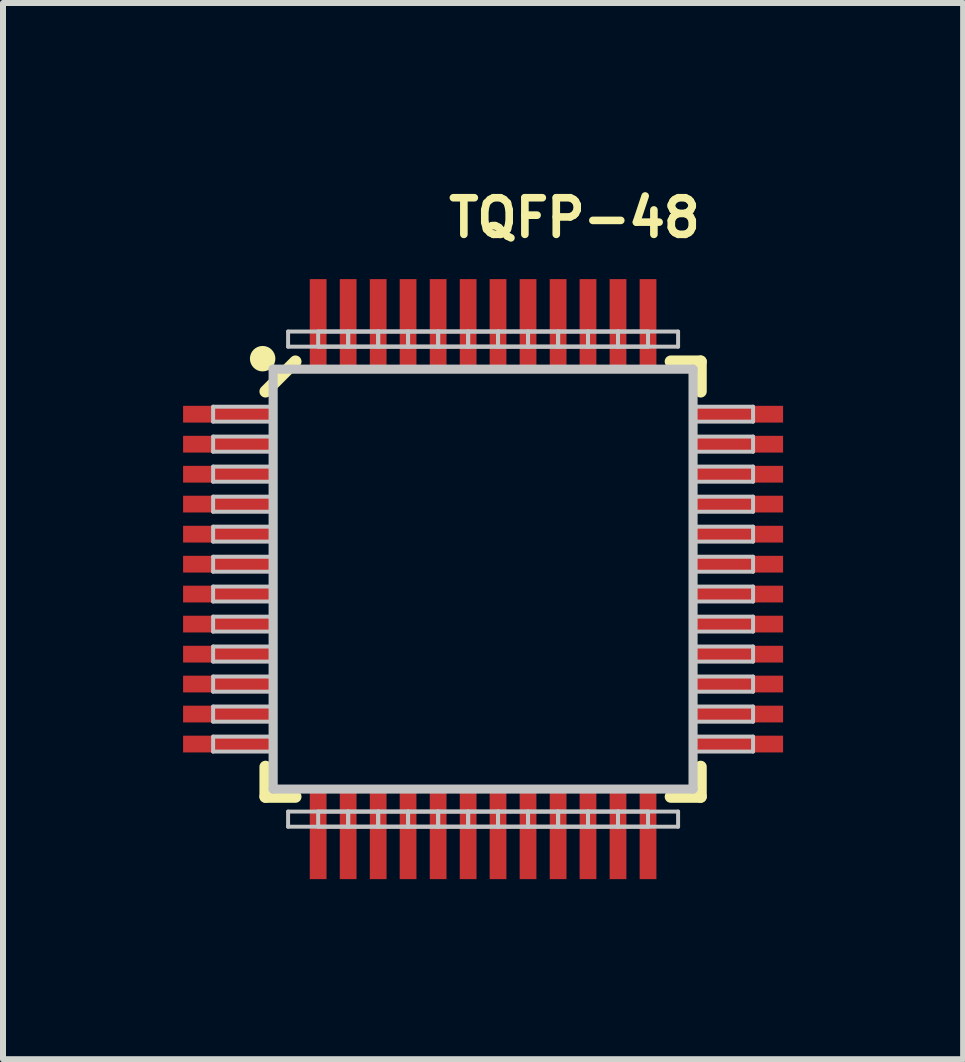
<source format=kicad_pcb>
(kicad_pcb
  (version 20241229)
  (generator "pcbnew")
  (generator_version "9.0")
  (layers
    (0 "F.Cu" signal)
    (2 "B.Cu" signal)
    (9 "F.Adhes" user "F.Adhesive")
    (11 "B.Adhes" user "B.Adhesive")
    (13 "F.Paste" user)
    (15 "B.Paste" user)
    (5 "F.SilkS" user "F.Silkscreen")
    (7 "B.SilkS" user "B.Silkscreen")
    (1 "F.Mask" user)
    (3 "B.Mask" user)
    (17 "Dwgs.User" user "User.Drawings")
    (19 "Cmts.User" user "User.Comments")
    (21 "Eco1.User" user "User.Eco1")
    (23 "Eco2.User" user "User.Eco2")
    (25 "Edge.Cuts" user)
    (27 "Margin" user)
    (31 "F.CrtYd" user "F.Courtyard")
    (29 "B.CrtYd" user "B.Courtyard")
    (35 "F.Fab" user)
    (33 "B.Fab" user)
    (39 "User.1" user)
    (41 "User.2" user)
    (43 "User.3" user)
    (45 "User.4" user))
  (footprint "TQFP-48"
    (layer "F.Cu")
    (at 4.999 6.599)
    (property "Reference" "TQFP-48" (at 1.524 -6.02 0) (layer "F.SilkS") (effects (font (size 0.61 0.61) (thickness 0.127))))
    (attr smd)
    (fp_line (start -3.625 -3.127) (end -3.127 -3.625) (stroke (width 0.203) (type solid)) (layer "F.SilkS"))
    (fp_line (start -3.625 3.625) (end -3.625 3.127) (stroke (width 0.203) (type solid)) (layer "F.SilkS"))
    (fp_line (start -3.127 3.625) (end -3.625 3.625) (stroke (width 0.203) (type solid)) (layer "F.SilkS"))
    (fp_line (start 3.127 -3.625) (end 3.625 -3.625) (stroke (width 0.203) (type solid)) (layer "F.SilkS"))
    (fp_line (start 3.625 -3.625) (end 3.625 -3.127) (stroke (width 0.203) (type solid)) (layer "F.SilkS"))
    (fp_line (start 3.625 3.127) (end 3.625 3.625) (stroke (width 0.203) (type solid)) (layer "F.SilkS"))
    (fp_line (start 3.625 3.625) (end 3.127 3.625) (stroke (width 0.203) (type solid)) (layer "F.SilkS"))
    (fp_circle (center -3.673 -3.673) (end -3.823 -3.823) (stroke (width 0) (type solid)) (fill yes) (layer "F.SilkS"))
    (fp_line (start -4.498 -2.873) (end -3.498 -2.873) (stroke (width 0.066) (type solid)) (layer "Dwgs.User"))
    (fp_line (start -4.498 -2.624) (end -4.498 -2.873) (stroke (width 0.066) (type solid)) (layer "Dwgs.User"))
    (fp_line (start -4.498 -2.624) (end -3.498 -2.624) (stroke (width 0.066) (type solid)) (layer "Dwgs.User"))
    (fp_line (start -4.498 -2.375) (end -3.498 -2.375) (stroke (width 0.066) (type solid)) (layer "Dwgs.User"))
    (fp_line (start -4.498 -2.123) (end -4.498 -2.375) (stroke (width 0.066) (type solid)) (layer "Dwgs.User"))
    (fp_line (start -4.498 -2.123) (end -3.498 -2.123) (stroke (width 0.066) (type solid)) (layer "Dwgs.User"))
    (fp_line (start -4.498 -1.875) (end -3.498 -1.875) (stroke (width 0.066) (type solid)) (layer "Dwgs.User"))
    (fp_line (start -4.498 -1.623) (end -4.498 -1.875) (stroke (width 0.066) (type solid)) (layer "Dwgs.User"))
    (fp_line (start -4.498 -1.623) (end -3.498 -1.623) (stroke (width 0.066) (type solid)) (layer "Dwgs.User"))
    (fp_line (start -4.498 -1.374) (end -3.498 -1.374) (stroke (width 0.066) (type solid)) (layer "Dwgs.User"))
    (fp_line (start -4.498 -1.123) (end -4.498 -1.374) (stroke (width 0.066) (type solid)) (layer "Dwgs.User"))
    (fp_line (start -4.498 -1.123) (end -3.498 -1.123) (stroke (width 0.066) (type solid)) (layer "Dwgs.User"))
    (fp_line (start -4.498 -0.874) (end -3.498 -0.874) (stroke (width 0.066) (type solid)) (layer "Dwgs.User"))
    (fp_line (start -4.498 -0.625) (end -4.498 -0.874) (stroke (width 0.066) (type solid)) (layer "Dwgs.User"))
    (fp_line (start -4.498 -0.625) (end -3.498 -0.625) (stroke (width 0.066) (type solid)) (layer "Dwgs.User"))
    (fp_line (start -4.498 -0.373) (end -3.498 -0.373) (stroke (width 0.066) (type solid)) (layer "Dwgs.User"))
    (fp_line (start -4.498 -0.124) (end -4.498 -0.373) (stroke (width 0.066) (type solid)) (layer "Dwgs.User"))
    (fp_line (start -4.498 -0.124) (end -3.498 -0.124) (stroke (width 0.066) (type solid)) (layer "Dwgs.User"))
    (fp_line (start -4.498 0.124) (end -3.498 0.124) (stroke (width 0.066) (type solid)) (layer "Dwgs.User"))
    (fp_line (start -4.498 0.373) (end -4.498 0.124) (stroke (width 0.066) (type solid)) (layer "Dwgs.User"))
    (fp_line (start -4.498 0.373) (end -3.498 0.373) (stroke (width 0.066) (type solid)) (layer "Dwgs.User"))
    (fp_line (start -4.498 0.625) (end -3.498 0.625) (stroke (width 0.066) (type solid)) (layer "Dwgs.User"))
    (fp_line (start -4.498 0.874) (end -4.498 0.625) (stroke (width 0.066) (type solid)) (layer "Dwgs.User"))
    (fp_line (start -4.498 0.874) (end -3.498 0.874) (stroke (width 0.066) (type solid)) (layer "Dwgs.User"))
    (fp_line (start -4.498 1.123) (end -3.498 1.123) (stroke (width 0.066) (type solid)) (layer "Dwgs.User"))
    (fp_line (start -4.498 1.374) (end -4.498 1.123) (stroke (width 0.066) (type solid)) (layer "Dwgs.User"))
    (fp_line (start -4.498 1.374) (end -3.498 1.374) (stroke (width 0.066) (type solid)) (layer "Dwgs.User"))
    (fp_line (start -4.498 1.623) (end -3.498 1.623) (stroke (width 0.066) (type solid)) (layer "Dwgs.User"))
    (fp_line (start -4.498 1.875) (end -4.498 1.623) (stroke (width 0.066) (type solid)) (layer "Dwgs.User"))
    (fp_line (start -4.498 1.875) (end -3.498 1.875) (stroke (width 0.066) (type solid)) (layer "Dwgs.User"))
    (fp_line (start -4.498 2.123) (end -3.498 2.123) (stroke (width 0.066) (type solid)) (layer "Dwgs.User"))
    (fp_line (start -4.498 2.375) (end -4.498 2.123) (stroke (width 0.066) (type solid)) (layer "Dwgs.User"))
    (fp_line (start -4.498 2.375) (end -3.498 2.375) (stroke (width 0.066) (type solid)) (layer "Dwgs.User"))
    (fp_line (start -4.498 2.624) (end -3.498 2.624) (stroke (width 0.066) (type solid)) (layer "Dwgs.User"))
    (fp_line (start -4.498 2.873) (end -4.498 2.624) (stroke (width 0.066) (type solid)) (layer "Dwgs.User"))
    (fp_line (start -4.498 2.873) (end -3.498 2.873) (stroke (width 0.066) (type solid)) (layer "Dwgs.User"))
    (fp_line (start -3.498 -3.498) (end 3.498 -3.498) (stroke (width 0.152) (type solid)) (layer "Dwgs.User"))
    (fp_line (start -3.498 -2.624) (end -3.498 -2.873) (stroke (width 0.066) (type solid)) (layer "Dwgs.User"))
    (fp_line (start -3.498 -2.123) (end -3.498 -2.375) (stroke (width 0.066) (type solid)) (layer "Dwgs.User"))
    (fp_line (start -3.498 -1.623) (end -3.498 -1.875) (stroke (width 0.066) (type solid)) (layer "Dwgs.User"))
    (fp_line (start -3.498 -1.123) (end -3.498 -1.374) (stroke (width 0.066) (type solid)) (layer "Dwgs.User"))
    (fp_line (start -3.498 -0.625) (end -3.498 -0.874) (stroke (width 0.066) (type solid)) (layer "Dwgs.User"))
    (fp_line (start -3.498 -0.124) (end -3.498 -0.373) (stroke (width 0.066) (type solid)) (layer "Dwgs.User"))
    (fp_line (start -3.498 0.373) (end -3.498 0.124) (stroke (width 0.066) (type solid)) (layer "Dwgs.User"))
    (fp_line (start -3.498 0.874) (end -3.498 0.625) (stroke (width 0.066) (type solid)) (layer "Dwgs.User"))
    (fp_line (start -3.498 1.374) (end -3.498 1.123) (stroke (width 0.066) (type solid)) (layer "Dwgs.User"))
    (fp_line (start -3.498 1.875) (end -3.498 1.623) (stroke (width 0.066) (type solid)) (layer "Dwgs.User"))
    (fp_line (start -3.498 2.375) (end -3.498 2.123) (stroke (width 0.066) (type solid)) (layer "Dwgs.User"))
    (fp_line (start -3.498 2.873) (end -3.498 2.624) (stroke (width 0.066) (type solid)) (layer "Dwgs.User"))
    (fp_line (start -3.498 3.498) (end -3.498 -3.498) (stroke (width 0.152) (type solid)) (layer "Dwgs.User"))
    (fp_line (start -3.249 -4.125) (end -2.248 -4.125) (stroke (width 0.066) (type solid)) (layer "Dwgs.User"))
    (fp_line (start -3.249 -3.873) (end -3.249 -4.125) (stroke (width 0.066) (type solid)) (layer "Dwgs.User"))
    (fp_line (start -3.249 -3.873) (end -2.248 -3.873) (stroke (width 0.066) (type solid)) (layer "Dwgs.User"))
    (fp_line (start -3.249 3.873) (end -2.248 3.873) (stroke (width 0.066) (type solid)) (layer "Dwgs.User"))
    (fp_line (start -3.249 4.125) (end -3.249 3.873) (stroke (width 0.066) (type solid)) (layer "Dwgs.User"))
    (fp_line (start -3.249 4.125) (end -2.248 4.125) (stroke (width 0.066) (type solid)) (layer "Dwgs.User"))
    (fp_line (start -2.748 -4.125) (end -1.748 -4.125) (stroke (width 0.066) (type solid)) (layer "Dwgs.User"))
    (fp_line (start -2.748 -3.873) (end -2.748 -4.125) (stroke (width 0.066) (type solid)) (layer "Dwgs.User"))
    (fp_line (start -2.748 -3.873) (end -1.748 -3.873) (stroke (width 0.066) (type solid)) (layer "Dwgs.User"))
    (fp_line (start -2.748 3.873) (end -1.748 3.873) (stroke (width 0.066) (type solid)) (layer "Dwgs.User"))
    (fp_line (start -2.748 4.125) (end -2.748 3.873) (stroke (width 0.066) (type solid)) (layer "Dwgs.User"))
    (fp_line (start -2.748 4.125) (end -1.748 4.125) (stroke (width 0.066) (type solid)) (layer "Dwgs.User"))
    (fp_line (start -2.248 -4.125) (end -1.25 -4.125) (stroke (width 0.066) (type solid)) (layer "Dwgs.User"))
    (fp_line (start -2.248 -3.873) (end -2.248 -4.125) (stroke (width 0.066) (type solid)) (layer "Dwgs.User"))
    (fp_line (start -2.248 -3.873) (end -2.248 -4.125) (stroke (width 0.066) (type solid)) (layer "Dwgs.User"))
    (fp_line (start -2.248 -3.873) (end -1.25 -3.873) (stroke (width 0.066) (type solid)) (layer "Dwgs.User"))
    (fp_line (start -2.248 3.873) (end -1.25 3.873) (stroke (width 0.066) (type solid)) (layer "Dwgs.User"))
    (fp_line (start -2.248 4.125) (end -2.248 3.873) (stroke (width 0.066) (type solid)) (layer "Dwgs.User"))
    (fp_line (start -2.248 4.125) (end -2.248 3.873) (stroke (width 0.066) (type solid)) (layer "Dwgs.User"))
    (fp_line (start -2.248 4.125) (end -1.25 4.125) (stroke (width 0.066) (type solid)) (layer "Dwgs.User"))
    (fp_line (start -1.748 -4.125) (end -0.749 -4.125) (stroke (width 0.066) (type solid)) (layer "Dwgs.User"))
    (fp_line (start -1.748 -3.873) (end -1.748 -4.125) (stroke (width 0.066) (type solid)) (layer "Dwgs.User"))
    (fp_line (start -1.748 -3.873) (end -1.748 -4.125) (stroke (width 0.066) (type solid)) (layer "Dwgs.User"))
    (fp_line (start -1.748 -3.873) (end -0.749 -3.873) (stroke (width 0.066) (type solid)) (layer "Dwgs.User"))
    (fp_line (start -1.748 3.873) (end -0.749 3.873) (stroke (width 0.066) (type solid)) (layer "Dwgs.User"))
    (fp_line (start -1.748 4.125) (end -1.748 3.873) (stroke (width 0.066) (type solid)) (layer "Dwgs.User"))
    (fp_line (start -1.748 4.125) (end -1.748 3.873) (stroke (width 0.066) (type solid)) (layer "Dwgs.User"))
    (fp_line (start -1.748 4.125) (end -0.749 4.125) (stroke (width 0.066) (type solid)) (layer "Dwgs.User"))
    (fp_line (start -1.25 -4.125) (end -0.249 -4.125) (stroke (width 0.066) (type solid)) (layer "Dwgs.User"))
    (fp_line (start -1.25 -3.873) (end -1.25 -4.125) (stroke (width 0.066) (type solid)) (layer "Dwgs.User"))
    (fp_line (start -1.25 -3.873) (end -1.25 -4.125) (stroke (width 0.066) (type solid)) (layer "Dwgs.User"))
    (fp_line (start -1.25 -3.873) (end -0.249 -3.873) (stroke (width 0.066) (type solid)) (layer "Dwgs.User"))
    (fp_line (start -1.25 3.873) (end -0.249 3.873) (stroke (width 0.066) (type solid)) (layer "Dwgs.User"))
    (fp_line (start -1.25 4.125) (end -1.25 3.873) (stroke (width 0.066) (type solid)) (layer "Dwgs.User"))
    (fp_line (start -1.25 4.125) (end -1.25 3.873) (stroke (width 0.066) (type solid)) (layer "Dwgs.User"))
    (fp_line (start -1.25 4.125) (end -0.249 4.125) (stroke (width 0.066) (type solid)) (layer "Dwgs.User"))
    (fp_line (start -0.749 -4.125) (end 0.249 -4.125) (stroke (width 0.066) (type solid)) (layer "Dwgs.User"))
    (fp_line (start -0.749 -3.873) (end -0.749 -4.125) (stroke (width 0.066) (type solid)) (layer "Dwgs.User"))
    (fp_line (start -0.749 -3.873) (end -0.749 -4.125) (stroke (width 0.066) (type solid)) (layer "Dwgs.User"))
    (fp_line (start -0.749 -3.873) (end 0.249 -3.873) (stroke (width 0.066) (type solid)) (layer "Dwgs.User"))
    (fp_line (start -0.749 3.873) (end 0.249 3.873) (stroke (width 0.066) (type solid)) (layer "Dwgs.User"))
    (fp_line (start -0.749 4.125) (end -0.749 3.873) (stroke (width 0.066) (type solid)) (layer "Dwgs.User"))
    (fp_line (start -0.749 4.125) (end -0.749 3.873) (stroke (width 0.066) (type solid)) (layer "Dwgs.User"))
    (fp_line (start -0.749 4.125) (end 0.249 4.125) (stroke (width 0.066) (type solid)) (layer "Dwgs.User"))
    (fp_line (start -0.249 -4.125) (end 0.749 -4.125) (stroke (width 0.066) (type solid)) (layer "Dwgs.User"))
    (fp_line (start -0.249 -3.873) (end -0.249 -4.125) (stroke (width 0.066) (type solid)) (layer "Dwgs.User"))
    (fp_line (start -0.249 -3.873) (end -0.249 -4.125) (stroke (width 0.066) (type solid)) (layer "Dwgs.User"))
    (fp_line (start -0.249 -3.873) (end 0.749 -3.873) (stroke (width 0.066) (type solid)) (layer "Dwgs.User"))
    (fp_line (start -0.249 3.873) (end 0.749 3.873) (stroke (width 0.066) (type solid)) (layer "Dwgs.User"))
    (fp_line (start -0.249 4.125) (end -0.249 3.873) (stroke (width 0.066) (type solid)) (layer "Dwgs.User"))
    (fp_line (start -0.249 4.125) (end -0.249 3.873) (stroke (width 0.066) (type solid)) (layer "Dwgs.User"))
    (fp_line (start -0.249 4.125) (end 0.749 4.125) (stroke (width 0.066) (type solid)) (layer "Dwgs.User"))
    (fp_line (start 0.249 -4.125) (end 1.25 -4.125) (stroke (width 0.066) (type solid)) (layer "Dwgs.User"))
    (fp_line (start 0.249 -3.873) (end 0.249 -4.125) (stroke (width 0.066) (type solid)) (layer "Dwgs.User"))
    (fp_line (start 0.249 -3.873) (end 0.249 -4.125) (stroke (width 0.066) (type solid)) (layer "Dwgs.User"))
    (fp_line (start 0.249 -3.873) (end 1.25 -3.873) (stroke (width 0.066) (type solid)) (layer "Dwgs.User"))
    (fp_line (start 0.249 3.873) (end 1.25 3.873) (stroke (width 0.066) (type solid)) (layer "Dwgs.User"))
    (fp_line (start 0.249 4.125) (end 0.249 3.873) (stroke (width 0.066) (type solid)) (layer "Dwgs.User"))
    (fp_line (start 0.249 4.125) (end 0.249 3.873) (stroke (width 0.066) (type solid)) (layer "Dwgs.User"))
    (fp_line (start 0.249 4.125) (end 1.25 4.125) (stroke (width 0.066) (type solid)) (layer "Dwgs.User"))
    (fp_line (start 0.749 -4.125) (end 1.748 -4.125) (stroke (width 0.066) (type solid)) (layer "Dwgs.User"))
    (fp_line (start 0.749 -3.873) (end 0.749 -4.125) (stroke (width 0.066) (type solid)) (layer "Dwgs.User"))
    (fp_line (start 0.749 -3.873) (end 0.749 -4.125) (stroke (width 0.066) (type solid)) (layer "Dwgs.User"))
    (fp_line (start 0.749 -3.873) (end 1.748 -3.873) (stroke (width 0.066) (type solid)) (layer "Dwgs.User"))
    (fp_line (start 0.749 3.873) (end 1.748 3.873) (stroke (width 0.066) (type solid)) (layer "Dwgs.User"))
    (fp_line (start 0.749 4.125) (end 0.749 3.873) (stroke (width 0.066) (type solid)) (layer "Dwgs.User"))
    (fp_line (start 0.749 4.125) (end 0.749 3.873) (stroke (width 0.066) (type solid)) (layer "Dwgs.User"))
    (fp_line (start 0.749 4.125) (end 1.748 4.125) (stroke (width 0.066) (type solid)) (layer "Dwgs.User"))
    (fp_line (start 1.25 -4.125) (end 2.248 -4.125) (stroke (width 0.066) (type solid)) (layer "Dwgs.User"))
    (fp_line (start 1.25 -3.873) (end 1.25 -4.125) (stroke (width 0.066) (type solid)) (layer "Dwgs.User"))
    (fp_line (start 1.25 -3.873) (end 1.25 -4.125) (stroke (width 0.066) (type solid)) (layer "Dwgs.User"))
    (fp_line (start 1.25 -3.873) (end 2.248 -3.873) (stroke (width 0.066) (type solid)) (layer "Dwgs.User"))
    (fp_line (start 1.25 3.873) (end 2.248 3.873) (stroke (width 0.066) (type solid)) (layer "Dwgs.User"))
    (fp_line (start 1.25 4.125) (end 1.25 3.873) (stroke (width 0.066) (type solid)) (layer "Dwgs.User"))
    (fp_line (start 1.25 4.125) (end 1.25 3.873) (stroke (width 0.066) (type solid)) (layer "Dwgs.User"))
    (fp_line (start 1.25 4.125) (end 2.248 4.125) (stroke (width 0.066) (type solid)) (layer "Dwgs.User"))
    (fp_line (start 1.748 -4.125) (end 2.748 -4.125) (stroke (width 0.066) (type solid)) (layer "Dwgs.User"))
    (fp_line (start 1.748 -3.873) (end 1.748 -4.125) (stroke (width 0.066) (type solid)) (layer "Dwgs.User"))
    (fp_line (start 1.748 -3.873) (end 1.748 -4.125) (stroke (width 0.066) (type solid)) (layer "Dwgs.User"))
    (fp_line (start 1.748 -3.873) (end 2.748 -3.873) (stroke (width 0.066) (type solid)) (layer "Dwgs.User"))
    (fp_line (start 1.748 3.873) (end 2.748 3.873) (stroke (width 0.066) (type solid)) (layer "Dwgs.User"))
    (fp_line (start 1.748 4.125) (end 1.748 3.873) (stroke (width 0.066) (type solid)) (layer "Dwgs.User"))
    (fp_line (start 1.748 4.125) (end 1.748 3.873) (stroke (width 0.066) (type solid)) (layer "Dwgs.User"))
    (fp_line (start 1.748 4.125) (end 2.748 4.125) (stroke (width 0.066) (type solid)) (layer "Dwgs.User"))
    (fp_line (start 2.248 -4.125) (end 3.249 -4.125) (stroke (width 0.066) (type solid)) (layer "Dwgs.User"))
    (fp_line (start 2.248 -3.873) (end 2.248 -4.125) (stroke (width 0.066) (type solid)) (layer "Dwgs.User"))
    (fp_line (start 2.248 -3.873) (end 2.248 -4.125) (stroke (width 0.066) (type solid)) (layer "Dwgs.User"))
    (fp_line (start 2.248 -3.873) (end 3.249 -3.873) (stroke (width 0.066) (type solid)) (layer "Dwgs.User"))
    (fp_line (start 2.248 3.873) (end 3.249 3.873) (stroke (width 0.066) (type solid)) (layer "Dwgs.User"))
    (fp_line (start 2.248 4.125) (end 2.248 3.873) (stroke (width 0.066) (type solid)) (layer "Dwgs.User"))
    (fp_line (start 2.248 4.125) (end 2.248 3.873) (stroke (width 0.066) (type solid)) (layer "Dwgs.User"))
    (fp_line (start 2.248 4.125) (end 3.249 4.125) (stroke (width 0.066) (type solid)) (layer "Dwgs.User"))
    (fp_line (start 2.748 -3.873) (end 2.748 -4.125) (stroke (width 0.066) (type solid)) (layer "Dwgs.User"))
    (fp_line (start 2.748 4.125) (end 2.748 3.873) (stroke (width 0.066) (type solid)) (layer "Dwgs.User"))
    (fp_line (start 3.249 -3.873) (end 3.249 -4.125) (stroke (width 0.066) (type solid)) (layer "Dwgs.User"))
    (fp_line (start 3.249 4.125) (end 3.249 3.873) (stroke (width 0.066) (type solid)) (layer "Dwgs.User"))
    (fp_line (start 3.498 -3.498) (end 3.498 3.498) (stroke (width 0.152) (type solid)) (layer "Dwgs.User"))
    (fp_line (start 3.498 -2.873) (end 4.498 -2.873) (stroke (width 0.066) (type solid)) (layer "Dwgs.User"))
    (fp_line (start 3.498 -2.624) (end 3.498 -2.873) (stroke (width 0.066) (type solid)) (layer "Dwgs.User"))
    (fp_line (start 3.498 -2.624) (end 4.498 -2.624) (stroke (width 0.066) (type solid)) (layer "Dwgs.User"))
    (fp_line (start 3.498 -2.375) (end 4.498 -2.375) (stroke (width 0.066) (type solid)) (layer "Dwgs.User"))
    (fp_line (start 3.498 -2.123) (end 3.498 -2.375) (stroke (width 0.066) (type solid)) (layer "Dwgs.User"))
    (fp_line (start 3.498 -2.123) (end 4.498 -2.123) (stroke (width 0.066) (type solid)) (layer "Dwgs.User"))
    (fp_line (start 3.498 -1.875) (end 4.498 -1.875) (stroke (width 0.066) (type solid)) (layer "Dwgs.User"))
    (fp_line (start 3.498 -1.623) (end 3.498 -1.875) (stroke (width 0.066) (type solid)) (layer "Dwgs.User"))
    (fp_line (start 3.498 -1.623) (end 4.498 -1.623) (stroke (width 0.066) (type solid)) (layer "Dwgs.User"))
    (fp_line (start 3.498 -1.374) (end 4.498 -1.374) (stroke (width 0.066) (type solid)) (layer "Dwgs.User"))
    (fp_line (start 3.498 -1.123) (end 3.498 -1.374) (stroke (width 0.066) (type solid)) (layer "Dwgs.User"))
    (fp_line (start 3.498 -1.123) (end 4.498 -1.123) (stroke (width 0.066) (type solid)) (layer "Dwgs.User"))
    (fp_line (start 3.498 -0.874) (end 4.498 -0.874) (stroke (width 0.066) (type solid)) (layer "Dwgs.User"))
    (fp_line (start 3.498 -0.625) (end 3.498 -0.874) (stroke (width 0.066) (type solid)) (layer "Dwgs.User"))
    (fp_line (start 3.498 -0.625) (end 4.498 -0.625) (stroke (width 0.066) (type solid)) (layer "Dwgs.User"))
    (fp_line (start 3.498 -0.373) (end 4.498 -0.373) (stroke (width 0.066) (type solid)) (layer "Dwgs.User"))
    (fp_line (start 3.498 -0.124) (end 3.498 -0.373) (stroke (width 0.066) (type solid)) (layer "Dwgs.User"))
    (fp_line (start 3.498 -0.124) (end 4.498 -0.124) (stroke (width 0.066) (type solid)) (layer "Dwgs.User"))
    (fp_line (start 3.498 0.124) (end 4.498 0.124) (stroke (width 0.066) (type solid)) (layer "Dwgs.User"))
    (fp_line (start 3.498 0.373) (end 3.498 0.124) (stroke (width 0.066) (type solid)) (layer "Dwgs.User"))
    (fp_line (start 3.498 0.373) (end 4.498 0.373) (stroke (width 0.066) (type solid)) (layer "Dwgs.User"))
    (fp_line (start 3.498 0.625) (end 4.498 0.625) (stroke (width 0.066) (type solid)) (layer "Dwgs.User"))
    (fp_line (start 3.498 0.874) (end 3.498 0.625) (stroke (width 0.066) (type solid)) (layer "Dwgs.User"))
    (fp_line (start 3.498 0.874) (end 4.498 0.874) (stroke (width 0.066) (type solid)) (layer "Dwgs.User"))
    (fp_line (start 3.498 1.123) (end 4.498 1.123) (stroke (width 0.066) (type solid)) (layer "Dwgs.User"))
    (fp_line (start 3.498 1.374) (end 3.498 1.123) (stroke (width 0.066) (type solid)) (layer "Dwgs.User"))
    (fp_line (start 3.498 1.374) (end 4.498 1.374) (stroke (width 0.066) (type solid)) (layer "Dwgs.User"))
    (fp_line (start 3.498 1.623) (end 4.498 1.623) (stroke (width 0.066) (type solid)) (layer "Dwgs.User"))
    (fp_line (start 3.498 1.875) (end 3.498 1.623) (stroke (width 0.066) (type solid)) (layer "Dwgs.User"))
    (fp_line (start 3.498 1.875) (end 4.498 1.875) (stroke (width 0.066) (type solid)) (layer "Dwgs.User"))
    (fp_line (start 3.498 2.123) (end 4.498 2.123) (stroke (width 0.066) (type solid)) (layer "Dwgs.User"))
    (fp_line (start 3.498 2.375) (end 3.498 2.123) (stroke (width 0.066) (type solid)) (layer "Dwgs.User"))
    (fp_line (start 3.498 2.375) (end 4.498 2.375) (stroke (width 0.066) (type solid)) (layer "Dwgs.User"))
    (fp_line (start 3.498 2.624) (end 4.498 2.624) (stroke (width 0.066) (type solid)) (layer "Dwgs.User"))
    (fp_line (start 3.498 2.873) (end 3.498 2.624) (stroke (width 0.066) (type solid)) (layer "Dwgs.User"))
    (fp_line (start 3.498 2.873) (end 4.498 2.873) (stroke (width 0.066) (type solid)) (layer "Dwgs.User"))
    (fp_line (start 3.498 3.498) (end -3.498 3.498) (stroke (width 0.152) (type solid)) (layer "Dwgs.User"))
    (fp_line (start 4.498 -2.624) (end 4.498 -2.873) (stroke (width 0.066) (type solid)) (layer "Dwgs.User"))
    (fp_line (start 4.498 -2.123) (end 4.498 -2.375) (stroke (width 0.066) (type solid)) (layer "Dwgs.User"))
    (fp_line (start 4.498 -1.623) (end 4.498 -1.875) (stroke (width 0.066) (type solid)) (layer "Dwgs.User"))
    (fp_line (start 4.498 -1.123) (end 4.498 -1.374) (stroke (width 0.066) (type solid)) (layer "Dwgs.User"))
    (fp_line (start 4.498 -0.625) (end 4.498 -0.874) (stroke (width 0.066) (type solid)) (layer "Dwgs.User"))
    (fp_line (start 4.498 -0.124) (end 4.498 -0.373) (stroke (width 0.066) (type solid)) (layer "Dwgs.User"))
    (fp_line (start 4.498 0.373) (end 4.498 0.124) (stroke (width 0.066) (type solid)) (layer "Dwgs.User"))
    (fp_line (start 4.498 0.874) (end 4.498 0.625) (stroke (width 0.066) (type solid)) (layer "Dwgs.User"))
    (fp_line (start 4.498 1.374) (end 4.498 1.123) (stroke (width 0.066) (type solid)) (layer "Dwgs.User"))
    (fp_line (start 4.498 1.875) (end 4.498 1.623) (stroke (width 0.066) (type solid)) (layer "Dwgs.User"))
    (fp_line (start 4.498 2.375) (end 4.498 2.123) (stroke (width 0.066) (type solid)) (layer "Dwgs.User"))
    (fp_line (start 4.498 2.873) (end 4.498 2.624) (stroke (width 0.066) (type solid)) (layer "Dwgs.User"))
    (pad "1" smd rect (at -4.249 -2.748 180) (size 1.499 0.279) (layers "F.Cu" "F.Mask" "F.Paste"))
    (pad "2" smd rect (at -4.249 -2.248 180) (size 1.499 0.279) (layers "F.Cu" "F.Mask" "F.Paste"))
    (pad "3" smd rect (at -4.249 -1.748 180) (size 1.499 0.279) (layers "F.Cu" "F.Mask" "F.Paste"))
    (pad "4" smd rect (at -4.249 -1.25 180) (size 1.499 0.279) (layers "F.Cu" "F.Mask" "F.Paste"))
    (pad "5" smd rect (at -4.249 -0.749 180) (size 1.499 0.279) (layers "F.Cu" "F.Mask" "F.Paste"))
    (pad "6" smd rect (at -4.249 -0.249 180) (size 1.499 0.279) (layers "F.Cu" "F.Mask" "F.Paste"))
    (pad "7" smd rect (at -4.249 0.249 180) (size 1.499 0.279) (layers "F.Cu" "F.Mask" "F.Paste"))
    (pad "8" smd rect (at -4.249 0.749 180) (size 1.499 0.279) (layers "F.Cu" "F.Mask" "F.Paste"))
    (pad "9" smd rect (at -4.249 1.25 180) (size 1.499 0.279) (layers "F.Cu" "F.Mask" "F.Paste"))
    (pad "10" smd rect (at -4.249 1.748 180) (size 1.499 0.279) (layers "F.Cu" "F.Mask" "F.Paste"))
    (pad "11" smd rect (at -4.249 2.248 180) (size 1.499 0.279) (layers "F.Cu" "F.Mask" "F.Paste"))
    (pad "12" smd rect (at -4.249 2.748 180) (size 1.499 0.279) (layers "F.Cu" "F.Mask" "F.Paste"))
    (pad "13" smd rect (at -2.748 4.249 270) (size 1.499 0.279) (layers "F.Cu" "F.Mask" "F.Paste"))
    (pad "14" smd rect (at -2.248 4.249 270) (size 1.499 0.279) (layers "F.Cu" "F.Mask" "F.Paste"))
    (pad "15" smd rect (at -1.748 4.249 270) (size 1.499 0.279) (layers "F.Cu" "F.Mask" "F.Paste"))
    (pad "16" smd rect (at -1.25 4.249 270) (size 1.499 0.279) (layers "F.Cu" "F.Mask" "F.Paste"))
    (pad "17" smd rect (at -0.749 4.249 270) (size 1.499 0.279) (layers "F.Cu" "F.Mask" "F.Paste"))
    (pad "18" smd rect (at -0.249 4.249 270) (size 1.499 0.279) (layers "F.Cu" "F.Mask" "F.Paste"))
    (pad "19" smd rect (at 0.249 4.249 270) (size 1.499 0.279) (layers "F.Cu" "F.Mask" "F.Paste"))
    (pad "20" smd rect (at 0.749 4.249 270) (size 1.499 0.279) (layers "F.Cu" "F.Mask" "F.Paste"))
    (pad "21" smd rect (at 1.25 4.249 270) (size 1.499 0.279) (layers "F.Cu" "F.Mask" "F.Paste"))
    (pad "22" smd rect (at 1.748 4.249 270) (size 1.499 0.279) (layers "F.Cu" "F.Mask" "F.Paste"))
    (pad "23" smd rect (at 2.248 4.249 270) (size 1.499 0.279) (layers "F.Cu" "F.Mask" "F.Paste"))
    (pad "24" smd rect (at 2.748 4.249 270) (size 1.499 0.279) (layers "F.Cu" "F.Mask" "F.Paste"))
    (pad "25" smd rect (at 4.249 2.748) (size 1.499 0.279) (layers "F.Cu" "F.Mask" "F.Paste"))
    (pad "26" smd rect (at 4.249 2.248) (size 1.499 0.279) (layers "F.Cu" "F.Mask" "F.Paste"))
    (pad "27" smd rect (at 4.249 1.748) (size 1.499 0.279) (layers "F.Cu" "F.Mask" "F.Paste"))
    (pad "28" smd rect (at 4.249 1.25) (size 1.499 0.279) (layers "F.Cu" "F.Mask" "F.Paste"))
    (pad "29" smd rect (at 4.249 0.749) (size 1.499 0.279) (layers "F.Cu" "F.Mask" "F.Paste"))
    (pad "30" smd rect (at 4.249 0.249) (size 1.499 0.279) (layers "F.Cu" "F.Mask" "F.Paste"))
    (pad "31" smd rect (at 4.249 -0.249) (size 1.499 0.279) (layers "F.Cu" "F.Mask" "F.Paste"))
    (pad "32" smd rect (at 4.249 -0.749) (size 1.499 0.279) (layers "F.Cu" "F.Mask" "F.Paste"))
    (pad "33" smd rect (at 4.249 -1.25) (size 1.499 0.279) (layers "F.Cu" "F.Mask" "F.Paste"))
    (pad "34" smd rect (at 4.249 -1.748) (size 1.499 0.279) (layers "F.Cu" "F.Mask" "F.Paste"))
    (pad "35" smd rect (at 4.249 -2.248) (size 1.499 0.279) (layers "F.Cu" "F.Mask" "F.Paste"))
    (pad "36" smd rect (at 4.249 -2.748) (size 1.499 0.279) (layers "F.Cu" "F.Mask" "F.Paste"))
    (pad "37" smd rect (at 2.748 -4.249 90) (size 1.499 0.279) (layers "F.Cu" "F.Mask" "F.Paste"))
    (pad "38" smd rect (at 2.248 -4.249 90) (size 1.499 0.279) (layers "F.Cu" "F.Mask" "F.Paste"))
    (pad "39" smd rect (at 1.748 -4.249 90) (size 1.499 0.279) (layers "F.Cu" "F.Mask" "F.Paste"))
    (pad "40" smd rect (at 1.25 -4.249 90) (size 1.499 0.279) (layers "F.Cu" "F.Mask" "F.Paste"))
    (pad "41" smd rect (at 0.749 -4.249 90) (size 1.499 0.279) (layers "F.Cu" "F.Mask" "F.Paste"))
    (pad "42" smd rect (at 0.249 -4.249 90) (size 1.499 0.279) (layers "F.Cu" "F.Mask" "F.Paste"))
    (pad "43" smd rect (at -0.249 -4.249 90) (size 1.499 0.279) (layers "F.Cu" "F.Mask" "F.Paste"))
    (pad "44" smd rect (at -0.749 -4.249 90) (size 1.499 0.279) (layers "F.Cu" "F.Mask" "F.Paste"))
    (pad "45" smd rect (at -1.25 -4.249 90) (size 1.499 0.279) (layers "F.Cu" "F.Mask" "F.Paste"))
    (pad "46" smd rect (at -1.748 -4.249 90) (size 1.499 0.279) (layers "F.Cu" "F.Mask" "F.Paste"))
    (pad "47" smd rect (at -2.248 -4.249 90) (size 1.499 0.279) (layers "F.Cu" "F.Mask" "F.Paste"))
    (pad "48" smd rect (at -2.748 -4.249 90) (size 1.499 0.279) (layers "F.Cu" "F.Mask" "F.Paste")))
  (gr_rect
    (start -3 -3)
    (end 12.997 14.598)
    (stroke (width 0.1) (type default))
    (fill no)
    (layer "Edge.Cuts")))
</source>
